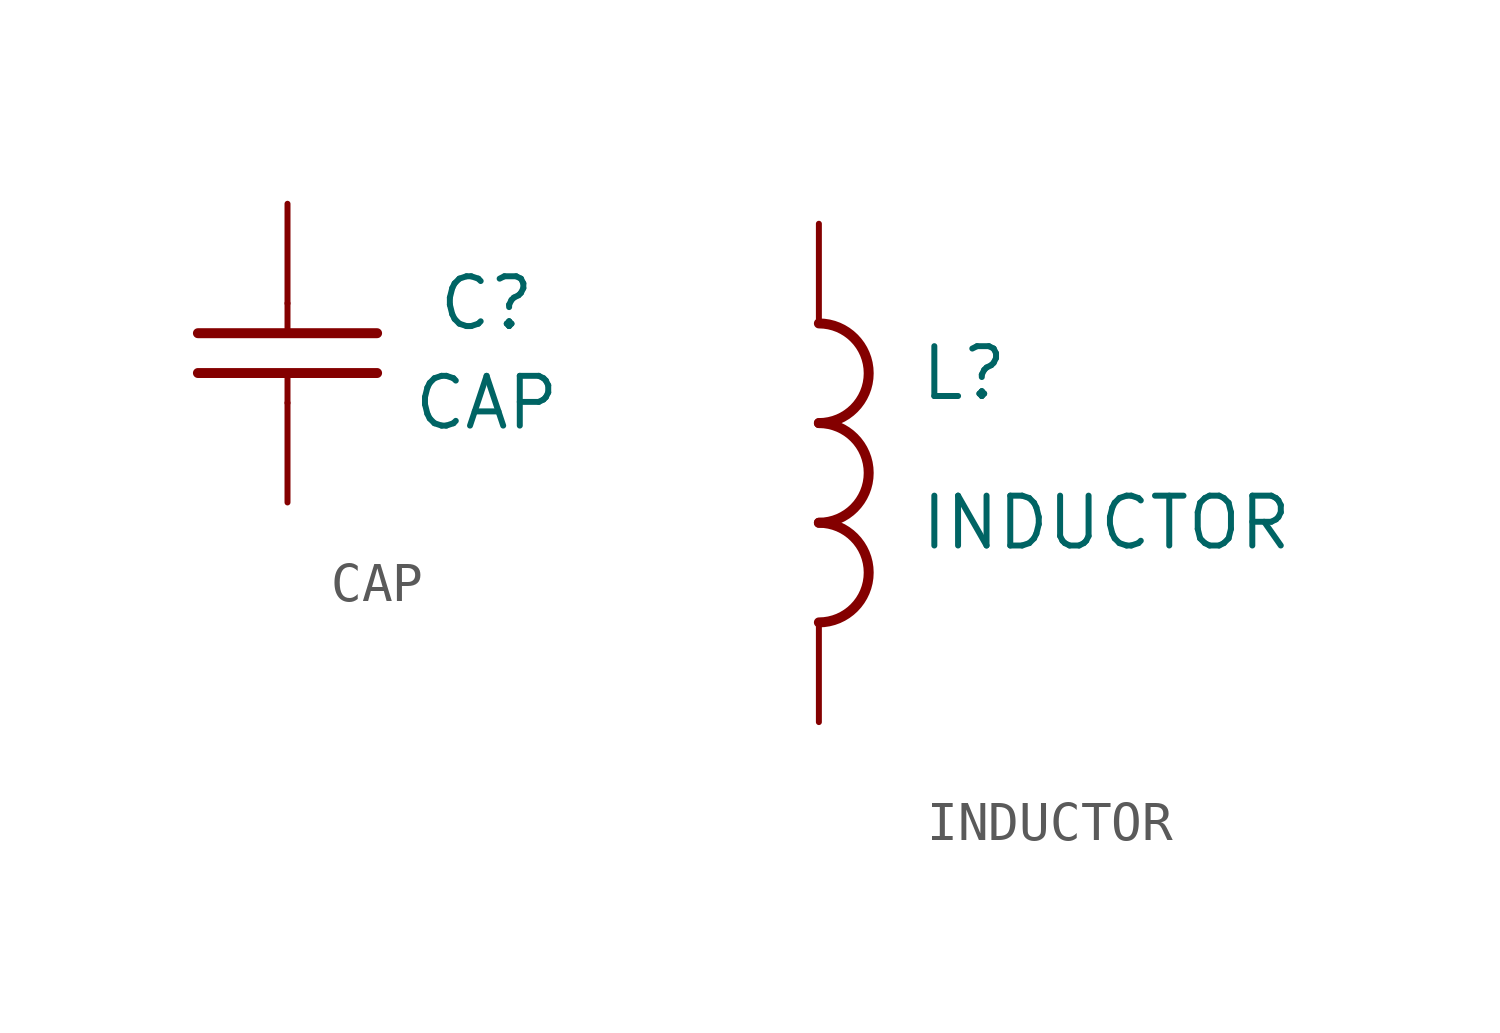
<source format=kicad_sym>
(kicad_symbol_lib
  (version 20211014)
  (generator kicad_symbol_editor)
  (symbol "CAP"
    (pin_numbers hide)
    (pin_names
      (offset 0) hide)
    (property "Reference" "C"
      (at 5.08 0 0)
      (effects (font (size 1.27 1.27))))
    (property "Value" "CAP"
      (at 5.08 -2.54 0)
      (effects (font (size 1.27 1.27))))
    (symbol "CAP_0_1"
      (polyline (pts (xy -2.286 -1.778) (xy 2.286 -1.778)) (stroke (width 0.254) (type default) (color 0 0 0 0)) (fill (type none)))
      (polyline (pts (xy -2.286 -0.762) (xy 2.286 -0.762)) (stroke (width 0.254) (type default) (color 0 0 0 0)) (fill (type none)))
      (polyline (pts (xy 0 -2.54) (xy 0 -1.778)) (stroke (width 0.152) (type default) (color 0 0 0 0)) (fill (type none)))
      (polyline (pts (xy 0 -0.762) (xy 0 0)) (stroke (width 0.152) (type default) (color 0 0 0 0)) (fill (type none))))
    (symbol "CAP_1_1"
      (pin passive line (at 0 2.54 270) (length 2.54) (name "~" (effects (font (size 1.27 1.27)))) (number "1" (effects (font (size 1.27 1.27)))))
      (pin passive line (at 0 -5.08 90) (length 2.54) (name "~" (effects (font (size 1.27 1.27)))) (number "2" (effects (font (size 1.27 1.27)))))))
  (symbol "INDUCTOR"
    (pin_numbers hide)
    (pin_names
      (offset 0.254) hide)
    (property "Reference" "L"
      (at 2.54 1.27 0)
      (effects (font (size 1.27 1.27)) (justify left)))
    (property "Value" "INDUCTOR"
      (at 2.54 -2.54 0)
      (effects (font (size 1.27 1.27)) (justify left)))
    (symbol "INDUCTOR_1_1"
      (arc (start 0 -5.08) (mid 1.27 -3.81) (end 0 -2.54) (stroke (width 0.254) (type default) (color 0 0 0 0)) (fill (type none)))
      (arc (start 0 -2.54) (mid 1.27 -1.27) (end 0 0) (stroke (width 0.254) (type default) (color 0 0 0 0)) (fill (type none)))
      (arc (start 0 0) (mid 1.27 1.27) (end 0 2.54) (stroke (width 0.254) (type default) (color 0 0 0 0)) (fill (type none)))
      (pin passive line (at 0 5.08 270) (length 2.54) (name "~" (effects (font (size 1.27 1.27)))) (number "1" (effects (font (size 1.27 1.27)))))
      (pin passive line (at 0 -7.62 90) (length 2.54) (name "~" (effects (font (size 1.27 1.27)))) (number "2" (effects (font (size 1.27 1.27))))))))
</source>
